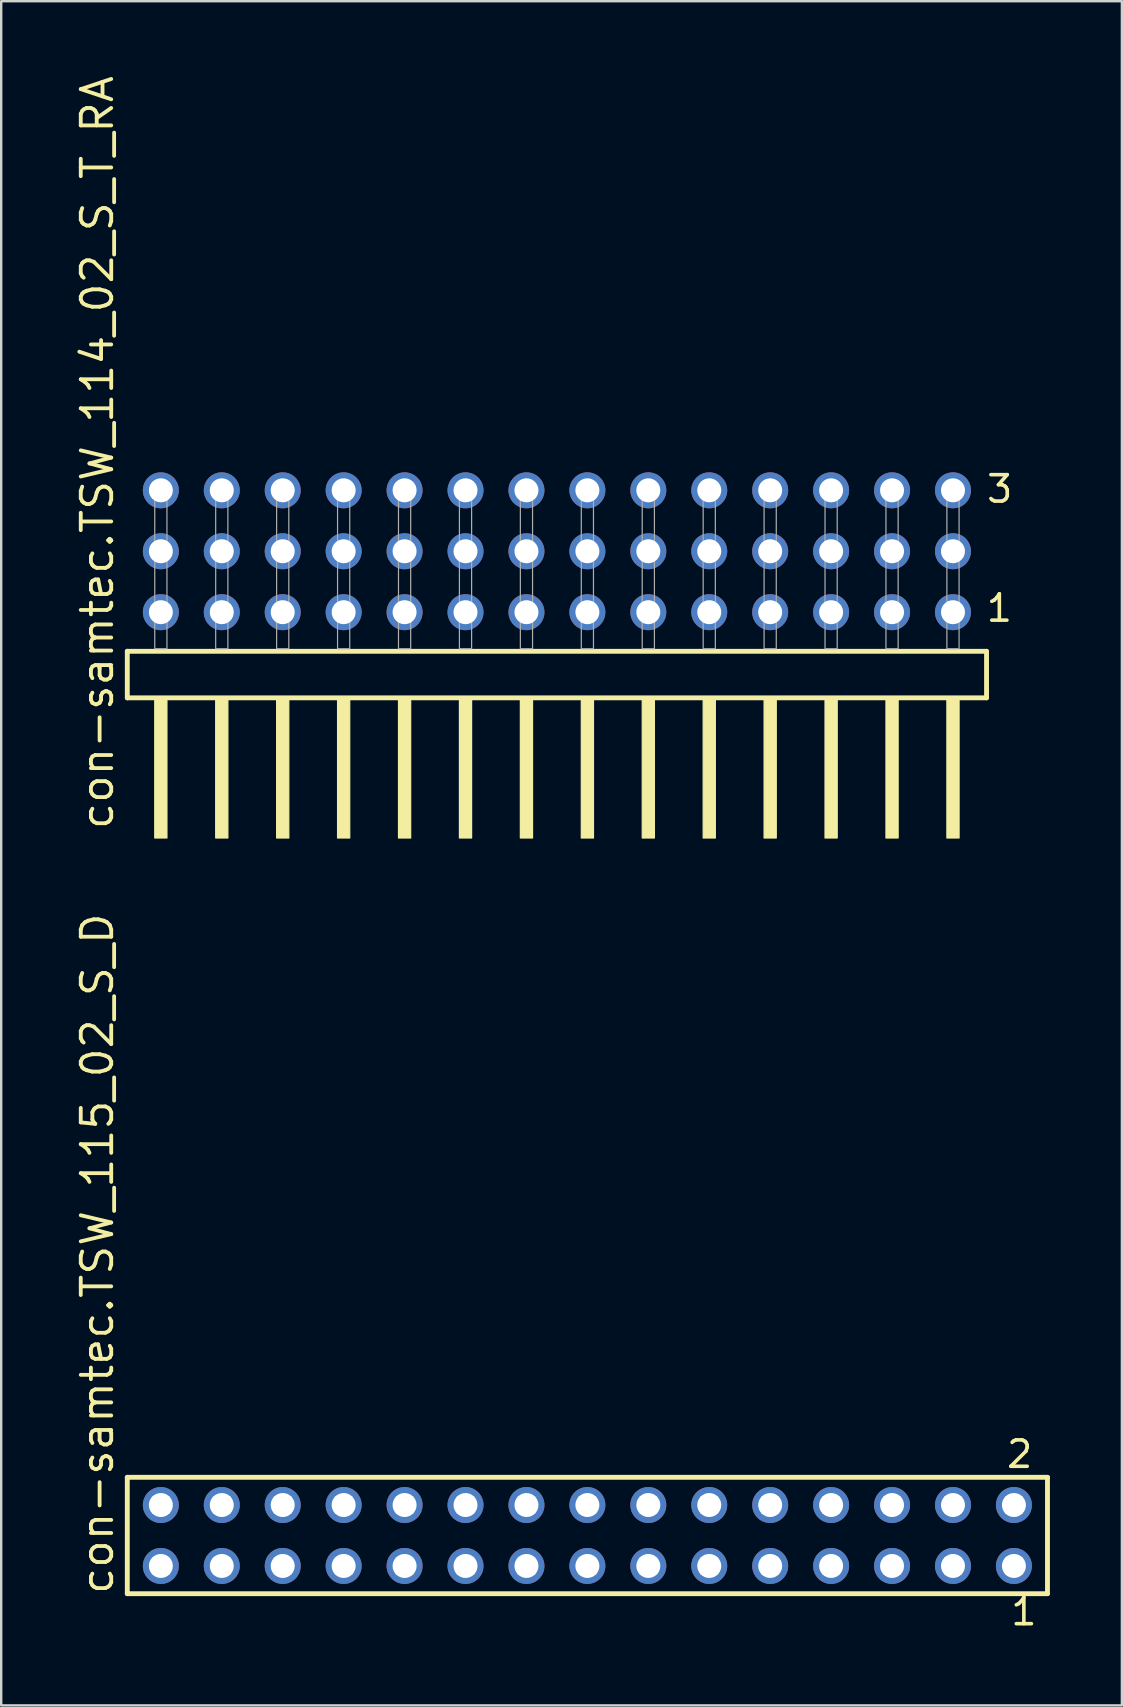
<source format=kicad_pcb>
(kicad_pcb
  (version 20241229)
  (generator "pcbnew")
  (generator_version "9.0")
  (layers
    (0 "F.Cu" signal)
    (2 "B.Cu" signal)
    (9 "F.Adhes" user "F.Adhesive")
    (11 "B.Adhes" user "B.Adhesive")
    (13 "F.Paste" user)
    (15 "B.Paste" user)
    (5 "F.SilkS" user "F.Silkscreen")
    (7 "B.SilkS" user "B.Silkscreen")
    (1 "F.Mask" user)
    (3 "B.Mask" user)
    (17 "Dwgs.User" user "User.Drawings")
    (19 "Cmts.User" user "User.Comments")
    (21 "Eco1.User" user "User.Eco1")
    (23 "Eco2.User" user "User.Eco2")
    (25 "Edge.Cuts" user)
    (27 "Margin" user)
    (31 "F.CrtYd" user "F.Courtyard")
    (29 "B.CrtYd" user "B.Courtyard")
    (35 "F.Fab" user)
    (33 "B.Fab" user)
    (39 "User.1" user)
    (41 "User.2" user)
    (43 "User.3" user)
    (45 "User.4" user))
  (footprint "con-samtec.TSW_115_02_S_D"
    (layer "F.Cu")
    (at 21.435 60.957)
    (property "Reference" "con-samtec.TSW_115_02_S_D" (at -19.685 2.54 90) (layer "F.SilkS") (effects (font (size 1.27 1.27) (thickness 0.16)) (justify left bottom)))
    (attr through_hole)
    (fp_line (start -19.179 -2.425) (end 19.179 -2.425) (stroke (width 0.203) (type default)) (layer "F.SilkS"))
    (fp_line (start -19.179 2.425) (end -19.179 -2.425) (stroke (width 0.203) (type default)) (layer "F.SilkS"))
    (fp_line (start 19.179 -2.425) (end 19.179 2.425) (stroke (width 0.203) (type default)) (layer "F.SilkS"))
    (fp_line (start 19.179 2.425) (end -19.179 2.425) (stroke (width 0.203) (type default)) (layer "F.SilkS"))
    (fp_rect (start -18.13 -0.92) (end -17.43 -1.62) (stroke (width 0.05) (type default)) (fill no) (layer "F.Fab"))
    (fp_rect (start -18.13 1.62) (end -17.43 0.92) (stroke (width 0.05) (type default)) (fill no) (layer "F.Fab"))
    (fp_rect (start -15.59 -0.92) (end -14.89 -1.62) (stroke (width 0.05) (type default)) (fill no) (layer "F.Fab"))
    (fp_rect (start -15.59 1.62) (end -14.89 0.92) (stroke (width 0.05) (type default)) (fill no) (layer "F.Fab"))
    (fp_rect (start -13.05 -0.92) (end -12.35 -1.62) (stroke (width 0.05) (type default)) (fill no) (layer "F.Fab"))
    (fp_rect (start -13.05 1.62) (end -12.35 0.92) (stroke (width 0.05) (type default)) (fill no) (layer "F.Fab"))
    (fp_rect (start -10.51 -0.92) (end -9.81 -1.62) (stroke (width 0.05) (type default)) (fill no) (layer "F.Fab"))
    (fp_rect (start -10.51 1.62) (end -9.81 0.92) (stroke (width 0.05) (type default)) (fill no) (layer "F.Fab"))
    (fp_rect (start -7.97 -0.92) (end -7.27 -1.62) (stroke (width 0.05) (type default)) (fill no) (layer "F.Fab"))
    (fp_rect (start -7.97 1.62) (end -7.27 0.92) (stroke (width 0.05) (type default)) (fill no) (layer "F.Fab"))
    (fp_rect (start -5.43 -0.92) (end -4.73 -1.62) (stroke (width 0.05) (type default)) (fill no) (layer "F.Fab"))
    (fp_rect (start -5.43 1.62) (end -4.73 0.92) (stroke (width 0.05) (type default)) (fill no) (layer "F.Fab"))
    (fp_rect (start -2.89 -0.92) (end -2.19 -1.62) (stroke (width 0.05) (type default)) (fill no) (layer "F.Fab"))
    (fp_rect (start -2.89 1.62) (end -2.19 0.92) (stroke (width 0.05) (type default)) (fill no) (layer "F.Fab"))
    (fp_rect (start -0.35 -0.92) (end 0.35 -1.62) (stroke (width 0.05) (type default)) (fill no) (layer "F.Fab"))
    (fp_rect (start -0.35 1.62) (end 0.35 0.92) (stroke (width 0.05) (type default)) (fill no) (layer "F.Fab"))
    (fp_rect (start 2.19 -0.92) (end 2.89 -1.62) (stroke (width 0.05) (type default)) (fill no) (layer "F.Fab"))
    (fp_rect (start 2.19 1.62) (end 2.89 0.92) (stroke (width 0.05) (type default)) (fill no) (layer "F.Fab"))
    (fp_rect (start 4.73 -0.92) (end 5.43 -1.62) (stroke (width 0.05) (type default)) (fill no) (layer "F.Fab"))
    (fp_rect (start 4.73 1.62) (end 5.43 0.92) (stroke (width 0.05) (type default)) (fill no) (layer "F.Fab"))
    (fp_rect (start 7.27 -0.92) (end 7.97 -1.62) (stroke (width 0.05) (type default)) (fill no) (layer "F.Fab"))
    (fp_rect (start 7.27 1.62) (end 7.97 0.92) (stroke (width 0.05) (type default)) (fill no) (layer "F.Fab"))
    (fp_rect (start 9.81 -0.92) (end 10.51 -1.62) (stroke (width 0.05) (type default)) (fill no) (layer "F.Fab"))
    (fp_rect (start 9.81 1.62) (end 10.51 0.92) (stroke (width 0.05) (type default)) (fill no) (layer "F.Fab"))
    (fp_rect (start 12.35 -0.92) (end 13.05 -1.62) (stroke (width 0.05) (type default)) (fill no) (layer "F.Fab"))
    (fp_rect (start 12.35 1.62) (end 13.05 0.92) (stroke (width 0.05) (type default)) (fill no) (layer "F.Fab"))
    (fp_rect (start 14.89 -0.92) (end 15.59 -1.62) (stroke (width 0.05) (type default)) (fill no) (layer "F.Fab"))
    (fp_rect (start 14.89 1.62) (end 15.59 0.92) (stroke (width 0.05) (type default)) (fill no) (layer "F.Fab"))
    (fp_rect (start 17.43 -0.92) (end 18.13 -1.62) (stroke (width 0.05) (type default)) (fill no) (layer "F.Fab"))
    (fp_rect (start 17.43 1.62) (end 18.13 0.92) (stroke (width 0.05) (type default)) (fill no) (layer "F.Fab"))
    (fp_text user "1" (at 17.572 3.818 0) (layer "F.SilkS") (effects (font (size 1.1 1.1) (thickness 0.15)) (justify left bottom)))
    (fp_text user "2" (at 17.397 -2.744 0) (layer "F.SilkS") (effects (font (size 1.1 1.1) (thickness 0.15)) (justify left bottom)))
    (pad "1" thru_hole circle (at 17.78 1.27 180) (size 1.5 1.5) (drill 1) (layers "*.Cu" "*.Mask"))
    (pad "2" thru_hole circle (at 17.78 -1.27 180) (size 1.5 1.5) (drill 1) (layers "*.Cu" "*.Mask"))
    (pad "3" thru_hole circle (at 15.24 1.27 180) (size 1.5 1.5) (drill 1) (layers "*.Cu" "*.Mask"))
    (pad "4" thru_hole circle (at 15.24 -1.27 180) (size 1.5 1.5) (drill 1) (layers "*.Cu" "*.Mask"))
    (pad "5" thru_hole circle (at 12.7 1.27 180) (size 1.5 1.5) (drill 1) (layers "*.Cu" "*.Mask"))
    (pad "6" thru_hole circle (at 12.7 -1.27 180) (size 1.5 1.5) (drill 1) (layers "*.Cu" "*.Mask"))
    (pad "7" thru_hole circle (at 10.16 1.27 180) (size 1.5 1.5) (drill 1) (layers "*.Cu" "*.Mask"))
    (pad "8" thru_hole circle (at 10.16 -1.27 180) (size 1.5 1.5) (drill 1) (layers "*.Cu" "*.Mask"))
    (pad "9" thru_hole circle (at 7.62 1.27 180) (size 1.5 1.5) (drill 1) (layers "*.Cu" "*.Mask"))
    (pad "10" thru_hole circle (at 7.62 -1.27 180) (size 1.5 1.5) (drill 1) (layers "*.Cu" "*.Mask"))
    (pad "11" thru_hole circle (at 5.08 1.27 180) (size 1.5 1.5) (drill 1) (layers "*.Cu" "*.Mask"))
    (pad "12" thru_hole circle (at 5.08 -1.27 180) (size 1.5 1.5) (drill 1) (layers "*.Cu" "*.Mask"))
    (pad "13" thru_hole circle (at 2.54 1.27 180) (size 1.5 1.5) (drill 1) (layers "*.Cu" "*.Mask"))
    (pad "14" thru_hole circle (at 2.54 -1.27 180) (size 1.5 1.5) (drill 1) (layers "*.Cu" "*.Mask"))
    (pad "15" thru_hole circle (at 0 1.27 180) (size 1.5 1.5) (drill 1) (layers "*.Cu" "*.Mask"))
    (pad "16" thru_hole circle (at 0 -1.27 180) (size 1.5 1.5) (drill 1) (layers "*.Cu" "*.Mask"))
    (pad "17" thru_hole circle (at -2.54 1.27 180) (size 1.5 1.5) (drill 1) (layers "*.Cu" "*.Mask"))
    (pad "18" thru_hole circle (at -2.54 -1.27 180) (size 1.5 1.5) (drill 1) (layers "*.Cu" "*.Mask"))
    (pad "19" thru_hole circle (at -5.08 1.27 180) (size 1.5 1.5) (drill 1) (layers "*.Cu" "*.Mask"))
    (pad "20" thru_hole circle (at -5.08 -1.27 180) (size 1.5 1.5) (drill 1) (layers "*.Cu" "*.Mask"))
    (pad "21" thru_hole circle (at -7.62 1.27 180) (size 1.5 1.5) (drill 1) (layers "*.Cu" "*.Mask"))
    (pad "22" thru_hole circle (at -7.62 -1.27 180) (size 1.5 1.5) (drill 1) (layers "*.Cu" "*.Mask"))
    (pad "23" thru_hole circle (at -10.16 1.27 180) (size 1.5 1.5) (drill 1) (layers "*.Cu" "*.Mask"))
    (pad "24" thru_hole circle (at -10.16 -1.27 180) (size 1.5 1.5) (drill 1) (layers "*.Cu" "*.Mask"))
    (pad "25" thru_hole circle (at -12.7 1.27 180) (size 1.5 1.5) (drill 1) (layers "*.Cu" "*.Mask"))
    (pad "26" thru_hole circle (at -12.7 -1.27 180) (size 1.5 1.5) (drill 1) (layers "*.Cu" "*.Mask"))
    (pad "27" thru_hole circle (at -15.24 1.27 180) (size 1.5 1.5) (drill 1) (layers "*.Cu" "*.Mask"))
    (pad "28" thru_hole circle (at -15.24 -1.27 180) (size 1.5 1.5) (drill 1) (layers "*.Cu" "*.Mask"))
    (pad "29" thru_hole circle (at -17.78 1.27 180) (size 1.5 1.5) (drill 1) (layers "*.Cu" "*.Mask"))
    (pad "30" thru_hole circle (at -17.78 -1.27 180) (size 1.5 1.5) (drill 1) (layers "*.Cu" "*.Mask")))
  (footprint "con-samtec.TSW_114_02_S_T_RA"
    (layer "F.Cu")
    (at 20.165 23.993)
    (property "Reference" "con-samtec.TSW_114_02_S_T_RA" (at -18.415 7.62 90) (layer "F.SilkS") (effects (font (size 1.27 1.27) (thickness 0.16)) (justify left bottom)))
    (attr through_hole)
    (fp_line (start -17.909 0.106) (end -17.909 2.046) (stroke (width 0.203) (type default)) (layer "F.SilkS"))
    (fp_line (start -17.909 2.046) (end 17.909 2.046) (stroke (width 0.203) (type default)) (layer "F.SilkS"))
    (fp_line (start 17.909 0.106) (end -17.909 0.106) (stroke (width 0.203) (type default)) (layer "F.SilkS"))
    (fp_line (start 17.909 2.046) (end 17.909 0.106) (stroke (width 0.203) (type default)) (layer "F.SilkS"))
    (fp_rect (start -16.764 7.89) (end -16.256 2.04) (stroke (width 0.05) (type default)) (fill yes) (layer "F.SilkS"))
    (fp_rect (start -14.224 7.89) (end -13.716 2.04) (stroke (width 0.05) (type default)) (fill yes) (layer "F.SilkS"))
    (fp_rect (start -11.684 7.89) (end -11.176 2.04) (stroke (width 0.05) (type default)) (fill yes) (layer "F.SilkS"))
    (fp_rect (start -9.144 7.89) (end -8.636 2.04) (stroke (width 0.05) (type default)) (fill yes) (layer "F.SilkS"))
    (fp_rect (start -6.604 7.89) (end -6.096 2.04) (stroke (width 0.05) (type default)) (fill yes) (layer "F.SilkS"))
    (fp_rect (start -4.064 7.89) (end -3.556 2.04) (stroke (width 0.05) (type default)) (fill yes) (layer "F.SilkS"))
    (fp_rect (start -1.524 7.89) (end -1.016 2.04) (stroke (width 0.05) (type default)) (fill yes) (layer "F.SilkS"))
    (fp_rect (start 1.016 7.89) (end 1.524 2.04) (stroke (width 0.05) (type default)) (fill yes) (layer "F.SilkS"))
    (fp_rect (start 3.556 7.89) (end 4.064 2.04) (stroke (width 0.05) (type default)) (fill yes) (layer "F.SilkS"))
    (fp_rect (start 6.096 7.89) (end 6.604 2.04) (stroke (width 0.05) (type default)) (fill yes) (layer "F.SilkS"))
    (fp_rect (start 8.636 7.89) (end 9.144 2.04) (stroke (width 0.05) (type default)) (fill yes) (layer "F.SilkS"))
    (fp_rect (start 11.176 7.89) (end 11.684 2.04) (stroke (width 0.05) (type default)) (fill yes) (layer "F.SilkS"))
    (fp_rect (start 13.716 7.89) (end 14.224 2.04) (stroke (width 0.05) (type default)) (fill yes) (layer "F.SilkS"))
    (fp_rect (start 16.256 7.89) (end 16.764 2.04) (stroke (width 0.05) (type default)) (fill yes) (layer "F.SilkS"))
    (fp_rect (start -16.764 0) (end -16.256 -6.858) (stroke (width 0.05) (type default)) (fill no) (layer "F.Fab"))
    (fp_rect (start -14.224 0) (end -13.716 -6.858) (stroke (width 0.05) (type default)) (fill no) (layer "F.Fab"))
    (fp_rect (start -11.684 0) (end -11.176 -6.858) (stroke (width 0.05) (type default)) (fill no) (layer "F.Fab"))
    (fp_rect (start -9.144 0) (end -8.636 -6.858) (stroke (width 0.05) (type default)) (fill no) (layer "F.Fab"))
    (fp_rect (start -6.604 0) (end -6.096 -6.858) (stroke (width 0.05) (type default)) (fill no) (layer "F.Fab"))
    (fp_rect (start -4.064 0) (end -3.556 -6.858) (stroke (width 0.05) (type default)) (fill no) (layer "F.Fab"))
    (fp_rect (start -1.524 0) (end -1.016 -6.858) (stroke (width 0.05) (type default)) (fill no) (layer "F.Fab"))
    (fp_rect (start 1.016 0) (end 1.524 -6.858) (stroke (width 0.05) (type default)) (fill no) (layer "F.Fab"))
    (fp_rect (start 3.556 0) (end 4.064 -6.858) (stroke (width 0.05) (type default)) (fill no) (layer "F.Fab"))
    (fp_rect (start 6.096 0) (end 6.604 -6.858) (stroke (width 0.05) (type default)) (fill no) (layer "F.Fab"))
    (fp_rect (start 8.636 0) (end 9.144 -6.858) (stroke (width 0.05) (type default)) (fill no) (layer "F.Fab"))
    (fp_rect (start 11.176 0) (end 11.684 -6.858) (stroke (width 0.05) (type default)) (fill no) (layer "F.Fab"))
    (fp_rect (start 13.716 0) (end 14.224 -6.858) (stroke (width 0.05) (type default)) (fill no) (layer "F.Fab"))
    (fp_rect (start 16.256 0) (end 16.764 -6.858) (stroke (width 0.05) (type default)) (fill no) (layer "F.Fab"))
    (fp_text user "3" (at 17.835 -6.015 0) (layer "F.SilkS") (effects (font (size 1.1 1.1) (thickness 0.15)) (justify left bottom)))
    (fp_text user "1" (at 17.82 -1.05 0) (layer "F.SilkS") (effects (font (size 1.1 1.1) (thickness 0.15)) (justify left bottom)))
    (pad "1" thru_hole circle (at 16.51 -1.524 180) (size 1.5 1.5) (drill 1) (layers "*.Cu" "*.Mask"))
    (pad "2" thru_hole circle (at 16.51 -4.064 180) (size 1.5 1.5) (drill 1) (layers "*.Cu" "*.Mask"))
    (pad "3" thru_hole circle (at 16.51 -6.604 180) (size 1.5 1.5) (drill 1) (layers "*.Cu" "*.Mask"))
    (pad "4" thru_hole circle (at 13.97 -1.524 180) (size 1.5 1.5) (drill 1) (layers "*.Cu" "*.Mask"))
    (pad "5" thru_hole circle (at 13.97 -4.064 180) (size 1.5 1.5) (drill 1) (layers "*.Cu" "*.Mask"))
    (pad "6" thru_hole circle (at 13.97 -6.604 180) (size 1.5 1.5) (drill 1) (layers "*.Cu" "*.Mask"))
    (pad "7" thru_hole circle (at 11.43 -1.524 180) (size 1.5 1.5) (drill 1) (layers "*.Cu" "*.Mask"))
    (pad "8" thru_hole circle (at 11.43 -4.064 180) (size 1.5 1.5) (drill 1) (layers "*.Cu" "*.Mask"))
    (pad "9" thru_hole circle (at 11.43 -6.604 180) (size 1.5 1.5) (drill 1) (layers "*.Cu" "*.Mask"))
    (pad "10" thru_hole circle (at 8.89 -1.524 180) (size 1.5 1.5) (drill 1) (layers "*.Cu" "*.Mask"))
    (pad "11" thru_hole circle (at 8.89 -4.064 180) (size 1.5 1.5) (drill 1) (layers "*.Cu" "*.Mask"))
    (pad "12" thru_hole circle (at 8.89 -6.604 180) (size 1.5 1.5) (drill 1) (layers "*.Cu" "*.Mask"))
    (pad "13" thru_hole circle (at 6.35 -1.524 180) (size 1.5 1.5) (drill 1) (layers "*.Cu" "*.Mask"))
    (pad "14" thru_hole circle (at 6.35 -4.064 180) (size 1.5 1.5) (drill 1) (layers "*.Cu" "*.Mask"))
    (pad "15" thru_hole circle (at 6.35 -6.604 180) (size 1.5 1.5) (drill 1) (layers "*.Cu" "*.Mask"))
    (pad "16" thru_hole circle (at 3.81 -1.524 180) (size 1.5 1.5) (drill 1) (layers "*.Cu" "*.Mask"))
    (pad "17" thru_hole circle (at 3.81 -4.064 180) (size 1.5 1.5) (drill 1) (layers "*.Cu" "*.Mask"))
    (pad "18" thru_hole circle (at 3.81 -6.604 180) (size 1.5 1.5) (drill 1) (layers "*.Cu" "*.Mask"))
    (pad "19" thru_hole circle (at 1.27 -1.524 180) (size 1.5 1.5) (drill 1) (layers "*.Cu" "*.Mask"))
    (pad "20" thru_hole circle (at 1.27 -4.064 180) (size 1.5 1.5) (drill 1) (layers "*.Cu" "*.Mask"))
    (pad "21" thru_hole circle (at 1.27 -6.604 180) (size 1.5 1.5) (drill 1) (layers "*.Cu" "*.Mask"))
    (pad "22" thru_hole circle (at -1.27 -1.524 180) (size 1.5 1.5) (drill 1) (layers "*.Cu" "*.Mask"))
    (pad "23" thru_hole circle (at -1.27 -4.064 180) (size 1.5 1.5) (drill 1) (layers "*.Cu" "*.Mask"))
    (pad "24" thru_hole circle (at -1.27 -6.604 180) (size 1.5 1.5) (drill 1) (layers "*.Cu" "*.Mask"))
    (pad "25" thru_hole circle (at -3.81 -1.524 180) (size 1.5 1.5) (drill 1) (layers "*.Cu" "*.Mask"))
    (pad "26" thru_hole circle (at -3.81 -4.064 180) (size 1.5 1.5) (drill 1) (layers "*.Cu" "*.Mask"))
    (pad "27" thru_hole circle (at -3.81 -6.604 180) (size 1.5 1.5) (drill 1) (layers "*.Cu" "*.Mask"))
    (pad "28" thru_hole circle (at -6.35 -1.524 180) (size 1.5 1.5) (drill 1) (layers "*.Cu" "*.Mask"))
    (pad "29" thru_hole circle (at -6.35 -4.064 180) (size 1.5 1.5) (drill 1) (layers "*.Cu" "*.Mask"))
    (pad "30" thru_hole circle (at -6.35 -6.604 180) (size 1.5 1.5) (drill 1) (layers "*.Cu" "*.Mask"))
    (pad "31" thru_hole circle (at -8.89 -1.524 180) (size 1.5 1.5) (drill 1) (layers "*.Cu" "*.Mask"))
    (pad "32" thru_hole circle (at -8.89 -4.064 180) (size 1.5 1.5) (drill 1) (layers "*.Cu" "*.Mask"))
    (pad "33" thru_hole circle (at -8.89 -6.604 180) (size 1.5 1.5) (drill 1) (layers "*.Cu" "*.Mask"))
    (pad "34" thru_hole circle (at -11.43 -1.524 180) (size 1.5 1.5) (drill 1) (layers "*.Cu" "*.Mask"))
    (pad "35" thru_hole circle (at -11.43 -4.064 180) (size 1.5 1.5) (drill 1) (layers "*.Cu" "*.Mask"))
    (pad "36" thru_hole circle (at -11.43 -6.604 180) (size 1.5 1.5) (drill 1) (layers "*.Cu" "*.Mask"))
    (pad "37" thru_hole circle (at -13.97 -1.524 180) (size 1.5 1.5) (drill 1) (layers "*.Cu" "*.Mask"))
    (pad "38" thru_hole circle (at -13.97 -4.064 180) (size 1.5 1.5) (drill 1) (layers "*.Cu" "*.Mask"))
    (pad "39" thru_hole circle (at -13.97 -6.604 180) (size 1.5 1.5) (drill 1) (layers "*.Cu" "*.Mask"))
    (pad "40" thru_hole circle (at -16.51 -1.524 180) (size 1.5 1.5) (drill 1) (layers "*.Cu" "*.Mask"))
    (pad "41" thru_hole circle (at -16.51 -4.064 180) (size 1.5 1.5) (drill 1) (layers "*.Cu" "*.Mask"))
    (pad "42" thru_hole circle (at -16.51 -6.604 180) (size 1.5 1.5) (drill 1) (layers "*.Cu" "*.Mask")))
  (gr_rect
    (start -3 -3)
    (end 43.716 68.039)
    (stroke (width 0.1) (type default))
    (fill no)
    (layer "Edge.Cuts")))
</source>
